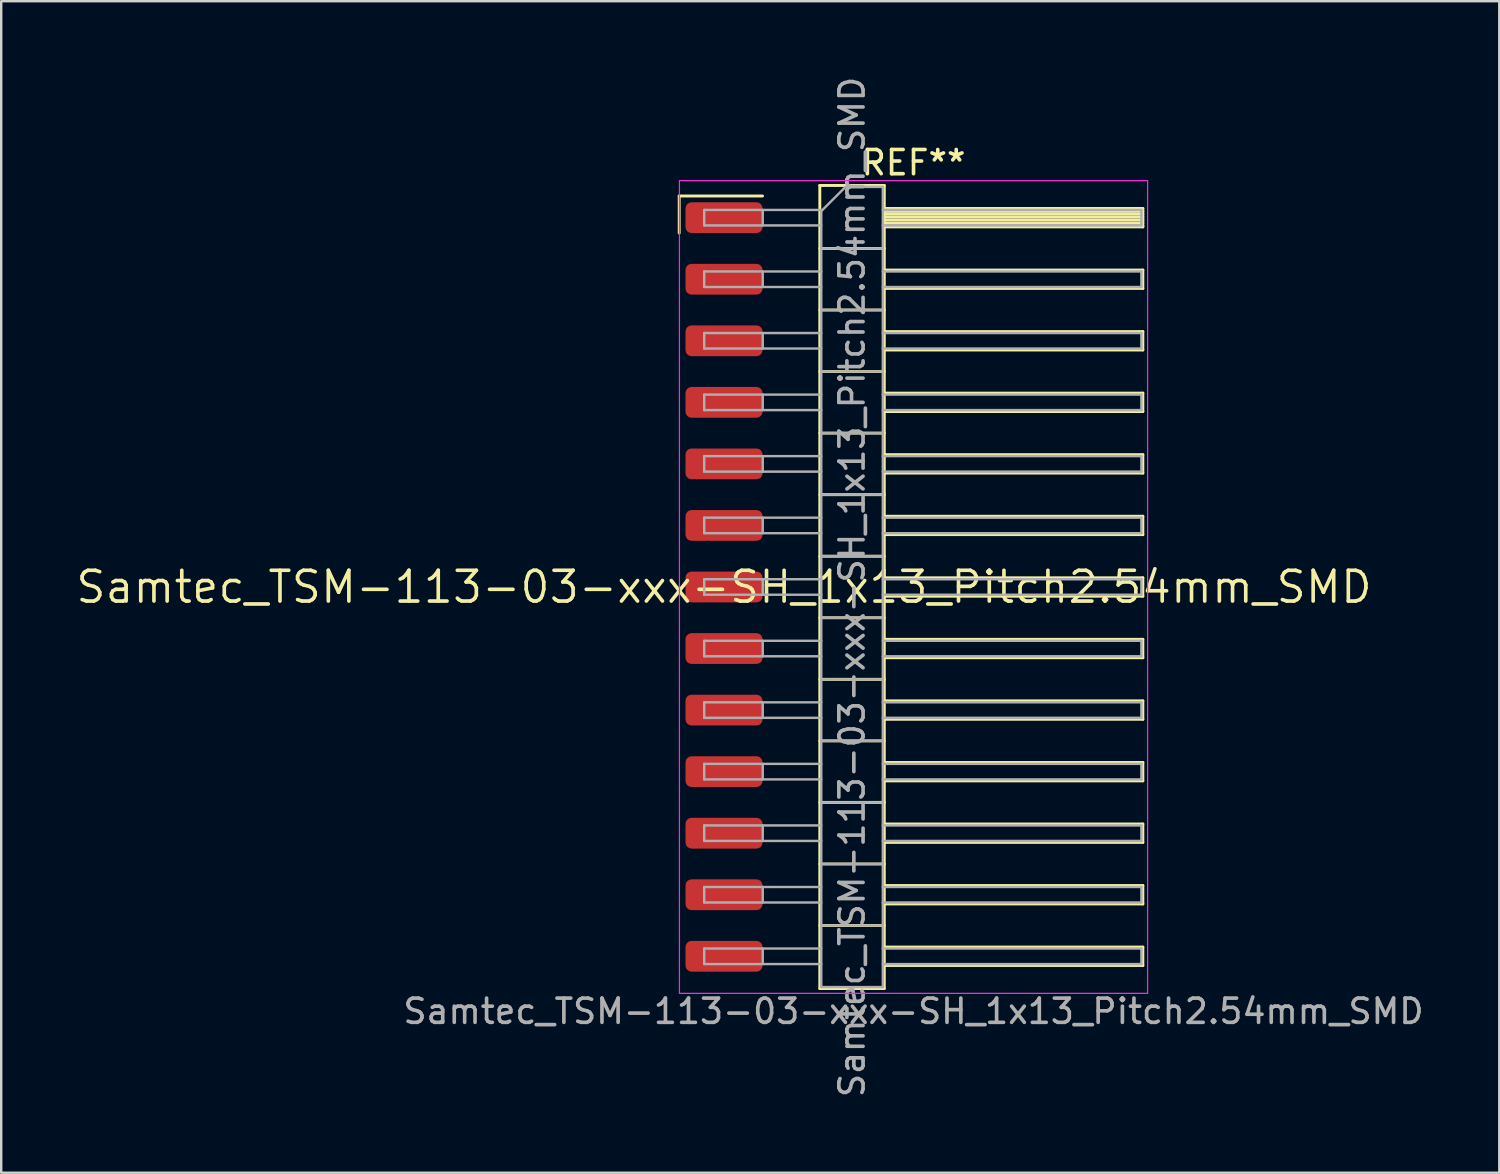
<source format=kicad_pcb>
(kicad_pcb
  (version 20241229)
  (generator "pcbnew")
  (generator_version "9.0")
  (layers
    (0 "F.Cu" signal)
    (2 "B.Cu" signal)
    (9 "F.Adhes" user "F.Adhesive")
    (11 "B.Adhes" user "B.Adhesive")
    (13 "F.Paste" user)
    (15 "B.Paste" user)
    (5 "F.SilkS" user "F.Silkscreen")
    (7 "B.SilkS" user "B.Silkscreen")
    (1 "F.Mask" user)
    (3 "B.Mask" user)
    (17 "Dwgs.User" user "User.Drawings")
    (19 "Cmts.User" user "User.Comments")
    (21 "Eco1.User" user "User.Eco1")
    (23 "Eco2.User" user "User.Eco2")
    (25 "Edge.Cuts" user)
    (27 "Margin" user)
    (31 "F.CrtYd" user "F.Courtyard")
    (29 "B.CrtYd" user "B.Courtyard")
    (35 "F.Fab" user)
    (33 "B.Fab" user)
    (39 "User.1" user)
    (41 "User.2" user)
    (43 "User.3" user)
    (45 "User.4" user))
  (footprint "Samtec_TSM-113-03-xxx-SH_1x13_Pitch2.54mm_SMD"
    (layer "F.Cu")
    (at 26.828 21.173)
    (property "Reference" "Samtec_TSM-113-03-xxx-SH_1x13_Pitch2.54mm_SMD" (at 0 0 0) (layer "F.SilkS") (effects (font (size 1.27 1.27) (thickness 0.15))))
    (attr smd)
    (fp_line (start -1.85 -16.135) (end 1.59 -16.135) (stroke (width 0.12) (type solid)) (layer "F.SilkS"))
    (fp_line (start -1.85 -14.605) (end -1.85 -16.135) (stroke (width 0.12) (type solid)) (layer "F.SilkS"))
    (fp_line (start 3.953 -16.57) (end 6.613 -16.57) (stroke (width 0.12) (type solid)) (layer "F.SilkS"))
    (fp_line (start 3.953 -13.97) (end 6.613 -13.97) (stroke (width 0.12) (type solid)) (layer "F.SilkS"))
    (fp_line (start 3.953 -11.43) (end 6.613 -11.43) (stroke (width 0.12) (type solid)) (layer "F.SilkS"))
    (fp_line (start 3.953 -8.89) (end 6.613 -8.89) (stroke (width 0.12) (type solid)) (layer "F.SilkS"))
    (fp_line (start 3.953 -6.35) (end 6.613 -6.35) (stroke (width 0.12) (type solid)) (layer "F.SilkS"))
    (fp_line (start 3.953 -3.81) (end 6.613 -3.81) (stroke (width 0.12) (type solid)) (layer "F.SilkS"))
    (fp_line (start 3.953 -1.27) (end 6.613 -1.27) (stroke (width 0.12) (type solid)) (layer "F.SilkS"))
    (fp_line (start 3.953 1.27) (end 6.613 1.27) (stroke (width 0.12) (type solid)) (layer "F.SilkS"))
    (fp_line (start 3.953 3.81) (end 6.613 3.81) (stroke (width 0.12) (type solid)) (layer "F.SilkS"))
    (fp_line (start 3.953 6.35) (end 6.613 6.35) (stroke (width 0.12) (type solid)) (layer "F.SilkS"))
    (fp_line (start 3.953 8.89) (end 6.613 8.89) (stroke (width 0.12) (type solid)) (layer "F.SilkS"))
    (fp_line (start 3.953 11.43) (end 6.613 11.43) (stroke (width 0.12) (type solid)) (layer "F.SilkS"))
    (fp_line (start 3.953 13.97) (end 6.613 13.97) (stroke (width 0.12) (type solid)) (layer "F.SilkS"))
    (fp_line (start 3.953 16.57) (end 3.953 -16.57) (stroke (width 0.12) (type solid)) (layer "F.SilkS"))
    (fp_line (start 6.613 -16.57) (end 6.613 16.57) (stroke (width 0.12) (type solid)) (layer "F.SilkS"))
    (fp_line (start 6.613 -15.62) (end 17.283 -15.62) (stroke (width 0.12) (type solid)) (layer "F.SilkS"))
    (fp_line (start 6.613 -15.5) (end 17.283 -15.5) (stroke (width 0.12) (type solid)) (layer "F.SilkS"))
    (fp_line (start 6.613 -15.38) (end 17.283 -15.38) (stroke (width 0.12) (type solid)) (layer "F.SilkS"))
    (fp_line (start 6.613 -15.26) (end 17.283 -15.26) (stroke (width 0.12) (type solid)) (layer "F.SilkS"))
    (fp_line (start 6.613 -15.14) (end 17.283 -15.14) (stroke (width 0.12) (type solid)) (layer "F.SilkS"))
    (fp_line (start 6.613 -15.02) (end 17.283 -15.02) (stroke (width 0.12) (type solid)) (layer "F.SilkS"))
    (fp_line (start 6.613 -14.9) (end 17.283 -14.9) (stroke (width 0.12) (type solid)) (layer "F.SilkS"))
    (fp_line (start 6.613 -14.86) (end 17.283 -14.86) (stroke (width 0.12) (type solid)) (layer "F.SilkS"))
    (fp_line (start 6.613 -13.08) (end 17.283 -13.08) (stroke (width 0.12) (type solid)) (layer "F.SilkS"))
    (fp_line (start 6.613 -12.32) (end 17.283 -12.32) (stroke (width 0.12) (type solid)) (layer "F.SilkS"))
    (fp_line (start 6.613 -10.54) (end 17.283 -10.54) (stroke (width 0.12) (type solid)) (layer "F.SilkS"))
    (fp_line (start 6.613 -9.78) (end 17.283 -9.78) (stroke (width 0.12) (type solid)) (layer "F.SilkS"))
    (fp_line (start 6.613 -8) (end 17.283 -8) (stroke (width 0.12) (type solid)) (layer "F.SilkS"))
    (fp_line (start 6.613 -7.24) (end 17.283 -7.24) (stroke (width 0.12) (type solid)) (layer "F.SilkS"))
    (fp_line (start 6.613 -5.46) (end 17.283 -5.46) (stroke (width 0.12) (type solid)) (layer "F.SilkS"))
    (fp_line (start 6.613 -4.7) (end 17.283 -4.7) (stroke (width 0.12) (type solid)) (layer "F.SilkS"))
    (fp_line (start 6.613 -2.92) (end 17.283 -2.92) (stroke (width 0.12) (type solid)) (layer "F.SilkS"))
    (fp_line (start 6.613 -2.16) (end 17.283 -2.16) (stroke (width 0.12) (type solid)) (layer "F.SilkS"))
    (fp_line (start 6.613 -0.38) (end 17.283 -0.38) (stroke (width 0.12) (type solid)) (layer "F.SilkS"))
    (fp_line (start 6.613 0.38) (end 17.283 0.38) (stroke (width 0.12) (type solid)) (layer "F.SilkS"))
    (fp_line (start 6.613 2.16) (end 17.283 2.16) (stroke (width 0.12) (type solid)) (layer "F.SilkS"))
    (fp_line (start 6.613 2.92) (end 17.283 2.92) (stroke (width 0.12) (type solid)) (layer "F.SilkS"))
    (fp_line (start 6.613 4.7) (end 17.283 4.7) (stroke (width 0.12) (type solid)) (layer "F.SilkS"))
    (fp_line (start 6.613 5.46) (end 17.283 5.46) (stroke (width 0.12) (type solid)) (layer "F.SilkS"))
    (fp_line (start 6.613 7.24) (end 17.283 7.24) (stroke (width 0.12) (type solid)) (layer "F.SilkS"))
    (fp_line (start 6.613 8) (end 17.283 8) (stroke (width 0.12) (type solid)) (layer "F.SilkS"))
    (fp_line (start 6.613 9.78) (end 17.283 9.78) (stroke (width 0.12) (type solid)) (layer "F.SilkS"))
    (fp_line (start 6.613 10.54) (end 17.283 10.54) (stroke (width 0.12) (type solid)) (layer "F.SilkS"))
    (fp_line (start 6.613 12.32) (end 17.283 12.32) (stroke (width 0.12) (type solid)) (layer "F.SilkS"))
    (fp_line (start 6.613 13.08) (end 17.283 13.08) (stroke (width 0.12) (type solid)) (layer "F.SilkS"))
    (fp_line (start 6.613 14.86) (end 17.283 14.86) (stroke (width 0.12) (type solid)) (layer "F.SilkS"))
    (fp_line (start 6.613 15.62) (end 17.283 15.62) (stroke (width 0.12) (type solid)) (layer "F.SilkS"))
    (fp_line (start 6.613 16.57) (end 3.953 16.57) (stroke (width 0.12) (type solid)) (layer "F.SilkS"))
    (fp_line (start 17.283 -15.62) (end 17.283 -14.86) (stroke (width 0.12) (type solid)) (layer "F.SilkS"))
    (fp_line (start 17.283 -13.08) (end 17.283 -12.32) (stroke (width 0.12) (type solid)) (layer "F.SilkS"))
    (fp_line (start 17.283 -10.54) (end 17.283 -9.78) (stroke (width 0.12) (type solid)) (layer "F.SilkS"))
    (fp_line (start 17.283 -8) (end 17.283 -7.24) (stroke (width 0.12) (type solid)) (layer "F.SilkS"))
    (fp_line (start 17.283 -5.46) (end 17.283 -4.7) (stroke (width 0.12) (type solid)) (layer "F.SilkS"))
    (fp_line (start 17.283 -2.92) (end 17.283 -2.16) (stroke (width 0.12) (type solid)) (layer "F.SilkS"))
    (fp_line (start 17.283 -0.38) (end 17.283 0.38) (stroke (width 0.12) (type solid)) (layer "F.SilkS"))
    (fp_line (start 17.283 2.16) (end 17.283 2.92) (stroke (width 0.12) (type solid)) (layer "F.SilkS"))
    (fp_line (start 17.283 4.7) (end 17.283 5.46) (stroke (width 0.12) (type solid)) (layer "F.SilkS"))
    (fp_line (start 17.283 7.24) (end 17.283 8) (stroke (width 0.12) (type solid)) (layer "F.SilkS"))
    (fp_line (start 17.283 9.78) (end 17.283 10.54) (stroke (width 0.12) (type solid)) (layer "F.SilkS"))
    (fp_line (start 17.283 12.32) (end 17.283 13.08) (stroke (width 0.12) (type solid)) (layer "F.SilkS"))
    (fp_line (start 17.283 14.86) (end 17.283 15.62) (stroke (width 0.12) (type solid)) (layer "F.SilkS"))
    (fp_line (start -1.84 -16.77) (end 17.48 -16.77) (stroke (width 0.05) (type solid)) (layer "F.CrtYd"))
    (fp_line (start -1.84 16.77) (end -1.84 -16.77) (stroke (width 0.05) (type solid)) (layer "F.CrtYd"))
    (fp_line (start 17.48 -16.77) (end 17.48 16.77) (stroke (width 0.05) (type solid)) (layer "F.CrtYd"))
    (fp_line (start 17.48 16.77) (end -1.84 16.77) (stroke (width 0.05) (type solid)) (layer "F.CrtYd"))
    (fp_line (start -0.817 -15.56) (end -0.817 -14.92) (stroke (width 0.1) (type solid)) (layer "F.Fab"))
    (fp_line (start -0.817 -15.56) (end 4.013 -15.56) (stroke (width 0.1) (type solid)) (layer "F.Fab"))
    (fp_line (start -0.817 -14.92) (end 4.013 -14.92) (stroke (width 0.1) (type solid)) (layer "F.Fab"))
    (fp_line (start -0.817 -13.02) (end -0.817 -12.38) (stroke (width 0.1) (type solid)) (layer "F.Fab"))
    (fp_line (start -0.817 -13.02) (end 4.013 -13.02) (stroke (width 0.1) (type solid)) (layer "F.Fab"))
    (fp_line (start -0.817 -12.38) (end 4.013 -12.38) (stroke (width 0.1) (type solid)) (layer "F.Fab"))
    (fp_line (start -0.817 -10.48) (end -0.817 -9.84) (stroke (width 0.1) (type solid)) (layer "F.Fab"))
    (fp_line (start -0.817 -10.48) (end 4.013 -10.48) (stroke (width 0.1) (type solid)) (layer "F.Fab"))
    (fp_line (start -0.817 -9.84) (end 4.013 -9.84) (stroke (width 0.1) (type solid)) (layer "F.Fab"))
    (fp_line (start -0.817 -7.94) (end -0.817 -7.3) (stroke (width 0.1) (type solid)) (layer "F.Fab"))
    (fp_line (start -0.817 -7.94) (end 4.013 -7.94) (stroke (width 0.1) (type solid)) (layer "F.Fab"))
    (fp_line (start -0.817 -7.3) (end 4.013 -7.3) (stroke (width 0.1) (type solid)) (layer "F.Fab"))
    (fp_line (start -0.817 -5.4) (end -0.817 -4.76) (stroke (width 0.1) (type solid)) (layer "F.Fab"))
    (fp_line (start -0.817 -5.4) (end 4.013 -5.4) (stroke (width 0.1) (type solid)) (layer "F.Fab"))
    (fp_line (start -0.817 -4.76) (end 4.013 -4.76) (stroke (width 0.1) (type solid)) (layer "F.Fab"))
    (fp_line (start -0.817 -2.86) (end -0.817 -2.22) (stroke (width 0.1) (type solid)) (layer "F.Fab"))
    (fp_line (start -0.817 -2.86) (end 4.013 -2.86) (stroke (width 0.1) (type solid)) (layer "F.Fab"))
    (fp_line (start -0.817 -2.22) (end 4.013 -2.22) (stroke (width 0.1) (type solid)) (layer "F.Fab"))
    (fp_line (start -0.817 -0.32) (end -0.817 0.32) (stroke (width 0.1) (type solid)) (layer "F.Fab"))
    (fp_line (start -0.817 -0.32) (end 4.013 -0.32) (stroke (width 0.1) (type solid)) (layer "F.Fab"))
    (fp_line (start -0.817 0.32) (end 4.013 0.32) (stroke (width 0.1) (type solid)) (layer "F.Fab"))
    (fp_line (start -0.817 2.22) (end -0.817 2.86) (stroke (width 0.1) (type solid)) (layer "F.Fab"))
    (fp_line (start -0.817 2.22) (end 4.013 2.22) (stroke (width 0.1) (type solid)) (layer "F.Fab"))
    (fp_line (start -0.817 2.86) (end 4.013 2.86) (stroke (width 0.1) (type solid)) (layer "F.Fab"))
    (fp_line (start -0.817 4.76) (end -0.817 5.4) (stroke (width 0.1) (type solid)) (layer "F.Fab"))
    (fp_line (start -0.817 4.76) (end 4.013 4.76) (stroke (width 0.1) (type solid)) (layer "F.Fab"))
    (fp_line (start -0.817 5.4) (end 4.013 5.4) (stroke (width 0.1) (type solid)) (layer "F.Fab"))
    (fp_line (start -0.817 7.3) (end -0.817 7.94) (stroke (width 0.1) (type solid)) (layer "F.Fab"))
    (fp_line (start -0.817 7.3) (end 4.013 7.3) (stroke (width 0.1) (type solid)) (layer "F.Fab"))
    (fp_line (start -0.817 7.94) (end 4.013 7.94) (stroke (width 0.1) (type solid)) (layer "F.Fab"))
    (fp_line (start -0.817 9.84) (end -0.817 10.48) (stroke (width 0.1) (type solid)) (layer "F.Fab"))
    (fp_line (start -0.817 9.84) (end 4.013 9.84) (stroke (width 0.1) (type solid)) (layer "F.Fab"))
    (fp_line (start -0.817 10.48) (end 4.013 10.48) (stroke (width 0.1) (type solid)) (layer "F.Fab"))
    (fp_line (start -0.817 12.38) (end -0.817 13.02) (stroke (width 0.1) (type solid)) (layer "F.Fab"))
    (fp_line (start -0.817 12.38) (end 4.013 12.38) (stroke (width 0.1) (type solid)) (layer "F.Fab"))
    (fp_line (start -0.817 13.02) (end 4.013 13.02) (stroke (width 0.1) (type solid)) (layer "F.Fab"))
    (fp_line (start -0.817 14.92) (end -0.817 15.56) (stroke (width 0.1) (type solid)) (layer "F.Fab"))
    (fp_line (start -0.817 14.92) (end 4.013 14.92) (stroke (width 0.1) (type solid)) (layer "F.Fab"))
    (fp_line (start -0.817 15.56) (end 4.013 15.56) (stroke (width 0.1) (type solid)) (layer "F.Fab"))
    (fp_line (start 1.598 -15.56) (end 1.598 -14.92) (stroke (width 0.1) (type solid)) (layer "F.Fab"))
    (fp_line (start 1.598 -13.02) (end 1.598 -12.38) (stroke (width 0.1) (type solid)) (layer "F.Fab"))
    (fp_line (start 1.598 -10.48) (end 1.598 -9.84) (stroke (width 0.1) (type solid)) (layer "F.Fab"))
    (fp_line (start 1.598 -7.94) (end 1.598 -7.3) (stroke (width 0.1) (type solid)) (layer "F.Fab"))
    (fp_line (start 1.598 -5.4) (end 1.598 -4.76) (stroke (width 0.1) (type solid)) (layer "F.Fab"))
    (fp_line (start 1.598 -2.86) (end 1.598 -2.22) (stroke (width 0.1) (type solid)) (layer "F.Fab"))
    (fp_line (start 1.598 -0.32) (end 1.598 0.32) (stroke (width 0.1) (type solid)) (layer "F.Fab"))
    (fp_line (start 1.598 2.22) (end 1.598 2.86) (stroke (width 0.1) (type solid)) (layer "F.Fab"))
    (fp_line (start 1.598 4.76) (end 1.598 5.4) (stroke (width 0.1) (type solid)) (layer "F.Fab"))
    (fp_line (start 1.598 7.3) (end 1.598 7.94) (stroke (width 0.1) (type solid)) (layer "F.Fab"))
    (fp_line (start 1.598 9.84) (end 1.598 10.48) (stroke (width 0.1) (type solid)) (layer "F.Fab"))
    (fp_line (start 1.598 12.38) (end 1.598 13.02) (stroke (width 0.1) (type solid)) (layer "F.Fab"))
    (fp_line (start 1.598 14.92) (end 1.598 15.56) (stroke (width 0.1) (type solid)) (layer "F.Fab"))
    (fp_line (start 4.013 -15.51) (end 5.013 -16.51) (stroke (width 0.1) (type solid)) (layer "F.Fab"))
    (fp_line (start 4.013 -13.97) (end 6.553 -13.97) (stroke (width 0.1) (type solid)) (layer "F.Fab"))
    (fp_line (start 4.013 -11.43) (end 6.553 -11.43) (stroke (width 0.1) (type solid)) (layer "F.Fab"))
    (fp_line (start 4.013 -8.89) (end 6.553 -8.89) (stroke (width 0.1) (type solid)) (layer "F.Fab"))
    (fp_line (start 4.013 -6.35) (end 6.553 -6.35) (stroke (width 0.1) (type solid)) (layer "F.Fab"))
    (fp_line (start 4.013 -3.81) (end 6.553 -3.81) (stroke (width 0.1) (type solid)) (layer "F.Fab"))
    (fp_line (start 4.013 -1.27) (end 6.553 -1.27) (stroke (width 0.1) (type solid)) (layer "F.Fab"))
    (fp_line (start 4.013 1.27) (end 6.553 1.27) (stroke (width 0.1) (type solid)) (layer "F.Fab"))
    (fp_line (start 4.013 3.81) (end 6.553 3.81) (stroke (width 0.1) (type solid)) (layer "F.Fab"))
    (fp_line (start 4.013 6.35) (end 6.553 6.35) (stroke (width 0.1) (type solid)) (layer "F.Fab"))
    (fp_line (start 4.013 8.89) (end 6.553 8.89) (stroke (width 0.1) (type solid)) (layer "F.Fab"))
    (fp_line (start 4.013 11.43) (end 6.553 11.43) (stroke (width 0.1) (type solid)) (layer "F.Fab"))
    (fp_line (start 4.013 13.97) (end 6.553 13.97) (stroke (width 0.1) (type solid)) (layer "F.Fab"))
    (fp_line (start 4.013 16.51) (end 4.013 -15.51) (stroke (width 0.1) (type solid)) (layer "F.Fab"))
    (fp_line (start 5.013 -16.51) (end 6.553 -16.51) (stroke (width 0.1) (type solid)) (layer "F.Fab"))
    (fp_line (start 6.553 -16.51) (end 6.553 16.51) (stroke (width 0.1) (type solid)) (layer "F.Fab"))
    (fp_line (start 6.553 -15.56) (end 17.223 -15.56) (stroke (width 0.1) (type solid)) (layer "F.Fab"))
    (fp_line (start 6.553 -14.92) (end 17.223 -14.92) (stroke (width 0.1) (type solid)) (layer "F.Fab"))
    (fp_line (start 6.553 -13.02) (end 17.223 -13.02) (stroke (width 0.1) (type solid)) (layer "F.Fab"))
    (fp_line (start 6.553 -12.38) (end 17.223 -12.38) (stroke (width 0.1) (type solid)) (layer "F.Fab"))
    (fp_line (start 6.553 -10.48) (end 17.223 -10.48) (stroke (width 0.1) (type solid)) (layer "F.Fab"))
    (fp_line (start 6.553 -9.84) (end 17.223 -9.84) (stroke (width 0.1) (type solid)) (layer "F.Fab"))
    (fp_line (start 6.553 -7.94) (end 17.223 -7.94) (stroke (width 0.1) (type solid)) (layer "F.Fab"))
    (fp_line (start 6.553 -7.3) (end 17.223 -7.3) (stroke (width 0.1) (type solid)) (layer "F.Fab"))
    (fp_line (start 6.553 -5.4) (end 17.223 -5.4) (stroke (width 0.1) (type solid)) (layer "F.Fab"))
    (fp_line (start 6.553 -4.76) (end 17.223 -4.76) (stroke (width 0.1) (type solid)) (layer "F.Fab"))
    (fp_line (start 6.553 -2.86) (end 17.223 -2.86) (stroke (width 0.1) (type solid)) (layer "F.Fab"))
    (fp_line (start 6.553 -2.22) (end 17.223 -2.22) (stroke (width 0.1) (type solid)) (layer "F.Fab"))
    (fp_line (start 6.553 -0.32) (end 17.223 -0.32) (stroke (width 0.1) (type solid)) (layer "F.Fab"))
    (fp_line (start 6.553 0.32) (end 17.223 0.32) (stroke (width 0.1) (type solid)) (layer "F.Fab"))
    (fp_line (start 6.553 2.22) (end 17.223 2.22) (stroke (width 0.1) (type solid)) (layer "F.Fab"))
    (fp_line (start 6.553 2.86) (end 17.223 2.86) (stroke (width 0.1) (type solid)) (layer "F.Fab"))
    (fp_line (start 6.553 4.76) (end 17.223 4.76) (stroke (width 0.1) (type solid)) (layer "F.Fab"))
    (fp_line (start 6.553 5.4) (end 17.223 5.4) (stroke (width 0.1) (type solid)) (layer "F.Fab"))
    (fp_line (start 6.553 7.3) (end 17.223 7.3) (stroke (width 0.1) (type solid)) (layer "F.Fab"))
    (fp_line (start 6.553 7.94) (end 17.223 7.94) (stroke (width 0.1) (type solid)) (layer "F.Fab"))
    (fp_line (start 6.553 9.84) (end 17.223 9.84) (stroke (width 0.1) (type solid)) (layer "F.Fab"))
    (fp_line (start 6.553 10.48) (end 17.223 10.48) (stroke (width 0.1) (type solid)) (layer "F.Fab"))
    (fp_line (start 6.553 12.38) (end 17.223 12.38) (stroke (width 0.1) (type solid)) (layer "F.Fab"))
    (fp_line (start 6.553 13.02) (end 17.223 13.02) (stroke (width 0.1) (type solid)) (layer "F.Fab"))
    (fp_line (start 6.553 14.92) (end 17.223 14.92) (stroke (width 0.1) (type solid)) (layer "F.Fab"))
    (fp_line (start 6.553 15.56) (end 17.223 15.56) (stroke (width 0.1) (type solid)) (layer "F.Fab"))
    (fp_line (start 6.553 16.51) (end 4.013 16.51) (stroke (width 0.1) (type solid)) (layer "F.Fab"))
    (fp_line (start 17.223 -15.56) (end 17.223 -14.92) (stroke (width 0.1) (type solid)) (layer "F.Fab"))
    (fp_line (start 17.223 -13.02) (end 17.223 -12.38) (stroke (width 0.1) (type solid)) (layer "F.Fab"))
    (fp_line (start 17.223 -10.48) (end 17.223 -9.84) (stroke (width 0.1) (type solid)) (layer "F.Fab"))
    (fp_line (start 17.223 -7.94) (end 17.223 -7.3) (stroke (width 0.1) (type solid)) (layer "F.Fab"))
    (fp_line (start 17.223 -5.4) (end 17.223 -4.76) (stroke (width 0.1) (type solid)) (layer "F.Fab"))
    (fp_line (start 17.223 -2.86) (end 17.223 -2.22) (stroke (width 0.1) (type solid)) (layer "F.Fab"))
    (fp_line (start 17.223 -0.32) (end 17.223 0.32) (stroke (width 0.1) (type solid)) (layer "F.Fab"))
    (fp_line (start 17.223 2.22) (end 17.223 2.86) (stroke (width 0.1) (type solid)) (layer "F.Fab"))
    (fp_line (start 17.223 4.76) (end 17.223 5.4) (stroke (width 0.1) (type solid)) (layer "F.Fab"))
    (fp_line (start 17.223 7.3) (end 17.223 7.94) (stroke (width 0.1) (type solid)) (layer "F.Fab"))
    (fp_line (start 17.223 9.84) (end 17.223 10.48) (stroke (width 0.1) (type solid)) (layer "F.Fab"))
    (fp_line (start 17.223 12.38) (end 17.223 13.02) (stroke (width 0.1) (type solid)) (layer "F.Fab"))
    (fp_line (start 17.223 14.92) (end 17.223 15.56) (stroke (width 0.1) (type solid)) (layer "F.Fab"))
    (fp_text user "REF**" (at 7.82 -17.51 0) (layer "F.SilkS") (effects (font (size 1 1) (thickness 0.15))))
    (fp_text user "${REFERENCE}" (at 5.283 0 90) (layer "F.Fab") (effects (font (size 1 1) (thickness 0.15))))
    (fp_text user "Samtec_TSM-113-03-xxx-SH_1x13_Pitch2.54mm_SMD" (at 7.82 17.51 0) (layer "F.Fab") (effects (font (size 1 1) (thickness 0.15))))
    (pad "1" smd roundrect (at 0 -15.24) (size 3.18 1.27) (layers "F.Cu" "F.Mask" "F.Paste") (roundrect_rratio 0.197))
    (pad "2" smd roundrect (at 0 -12.7) (size 3.18 1.27) (layers "F.Cu" "F.Mask" "F.Paste") (roundrect_rratio 0.197))
    (pad "3" smd roundrect (at 0 -10.16) (size 3.18 1.27) (layers "F.Cu" "F.Mask" "F.Paste") (roundrect_rratio 0.197))
    (pad "4" smd roundrect (at 0 -7.62) (size 3.18 1.27) (layers "F.Cu" "F.Mask" "F.Paste") (roundrect_rratio 0.197))
    (pad "5" smd roundrect (at 0 -5.08) (size 3.18 1.27) (layers "F.Cu" "F.Mask" "F.Paste") (roundrect_rratio 0.197))
    (pad "6" smd roundrect (at 0 -2.54) (size 3.18 1.27) (layers "F.Cu" "F.Mask" "F.Paste") (roundrect_rratio 0.197))
    (pad "7" smd roundrect (at 0 0) (size 3.18 1.27) (layers "F.Cu" "F.Mask" "F.Paste") (roundrect_rratio 0.197))
    (pad "8" smd roundrect (at 0 2.54) (size 3.18 1.27) (layers "F.Cu" "F.Mask" "F.Paste") (roundrect_rratio 0.197))
    (pad "9" smd roundrect (at 0 5.08) (size 3.18 1.27) (layers "F.Cu" "F.Mask" "F.Paste") (roundrect_rratio 0.197))
    (pad "10" smd roundrect (at 0 7.62) (size 3.18 1.27) (layers "F.Cu" "F.Mask" "F.Paste") (roundrect_rratio 0.197))
    (pad "11" smd roundrect (at 0 10.16) (size 3.18 1.27) (layers "F.Cu" "F.Mask" "F.Paste") (roundrect_rratio 0.197))
    (pad "12" smd roundrect (at 0 12.7) (size 3.18 1.27) (layers "F.Cu" "F.Mask" "F.Paste") (roundrect_rratio 0.197))
    (pad "13" smd roundrect (at 0 15.24) (size 3.18 1.27) (layers "F.Cu" "F.Mask" "F.Paste") (roundrect_rratio 0.197)))
  (gr_rect
    (start -3 -3)
    (end 58.821 45.345)
    (stroke (width 0.1) (type default))
    (fill no)
    (layer "Edge.Cuts")))
</source>
